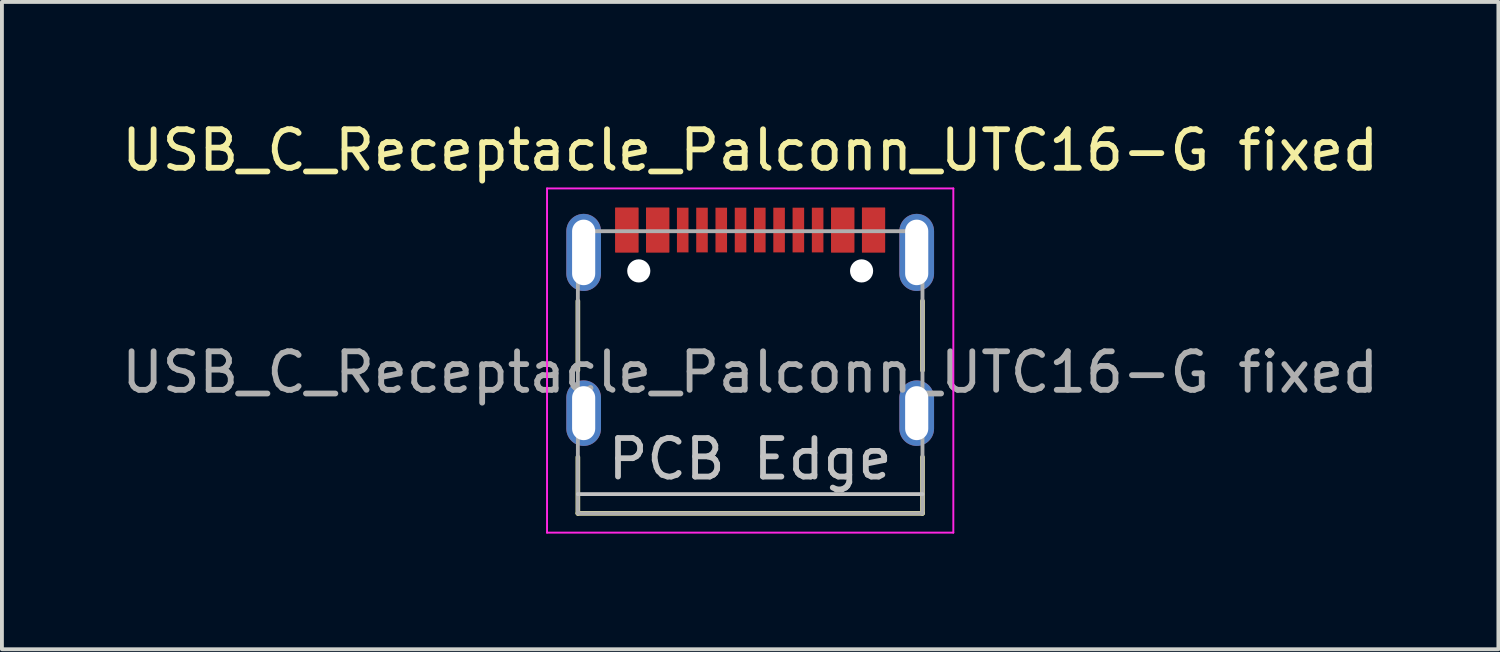
<source format=kicad_pcb>
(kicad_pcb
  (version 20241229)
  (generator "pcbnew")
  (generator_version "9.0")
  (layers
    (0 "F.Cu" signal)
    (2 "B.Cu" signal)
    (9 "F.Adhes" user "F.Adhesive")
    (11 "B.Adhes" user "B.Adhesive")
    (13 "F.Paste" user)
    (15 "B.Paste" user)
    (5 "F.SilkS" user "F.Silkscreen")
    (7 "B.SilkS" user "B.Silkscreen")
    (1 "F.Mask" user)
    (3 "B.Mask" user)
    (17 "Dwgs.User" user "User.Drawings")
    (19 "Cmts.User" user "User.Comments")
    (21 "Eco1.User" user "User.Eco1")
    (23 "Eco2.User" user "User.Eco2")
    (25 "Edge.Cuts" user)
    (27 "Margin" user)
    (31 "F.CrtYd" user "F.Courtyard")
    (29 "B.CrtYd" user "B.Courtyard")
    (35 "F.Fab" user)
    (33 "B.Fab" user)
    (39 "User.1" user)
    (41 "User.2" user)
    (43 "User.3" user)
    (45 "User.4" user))
  (footprint "USB_C_Receptacle_Palconn_UTC16-G fixed"
    (layer "F.Cu")
    (at 16.411 5.428)
    (property "Reference" "USB_C_Receptacle_Palconn_UTC16-G fixed" (at 0 -4.58 0) (layer "F.SilkS") (effects (font (size 1 1) (thickness 0.15))))
    (attr smd)
    (fp_line (start -4.47 -0.67) (end -4.47 1.13) (stroke (width 0.12) (type solid)) (layer "F.SilkS"))
    (fp_line (start -4.47 4.84) (end -4.47 3.38) (stroke (width 0.12) (type solid)) (layer "F.SilkS"))
    (fp_line (start 4.47 -0.67) (end 4.47 1.13) (stroke (width 0.12) (type solid)) (layer "F.SilkS"))
    (fp_line (start 4.47 4.84) (end -4.47 4.84) (stroke (width 0.12) (type solid)) (layer "F.SilkS"))
    (fp_line (start 4.47 4.84) (end 4.47 3.38) (stroke (width 0.12) (type solid)) (layer "F.SilkS"))
    (fp_line (start -4.47 4.34) (end 4.47 4.34) (stroke (width 0.1) (type solid)) (layer "Dwgs.User"))
    (fp_line (start -5.27 -3.59) (end -5.27 5.34) (stroke (width 0.05) (type solid)) (layer "F.CrtYd"))
    (fp_line (start -5.27 5.34) (end 5.27 5.34) (stroke (width 0.05) (type solid)) (layer "F.CrtYd"))
    (fp_line (start 5.27 -3.59) (end -5.27 -3.59) (stroke (width 0.05) (type solid)) (layer "F.CrtYd"))
    (fp_line (start 5.27 5.34) (end 5.27 -3.59) (stroke (width 0.05) (type solid)) (layer "F.CrtYd"))
    (fp_line (start -4.47 -2.48) (end -4.47 4.84) (stroke (width 0.1) (type solid)) (layer "F.Fab"))
    (fp_line (start -4.47 -2.48) (end 4.47 -2.48) (stroke (width 0.1) (type solid)) (layer "F.Fab"))
    (fp_line (start 4.47 -2.48) (end 4.47 4.84) (stroke (width 0.1) (type solid)) (layer "F.Fab"))
    (fp_line (start 4.47 4.84) (end -4.47 4.84) (stroke (width 0.1) (type solid)) (layer "F.Fab"))
    (fp_text user "PCB Edge" (at 0 3.43 0) (layer "Dwgs.User") (effects (font (size 1 1) (thickness 0.15))))
    (fp_text user "${REFERENCE}" (at 0 1.18 0) (layer "F.Fab") (effects (font (size 1 1) (thickness 0.15))))
    (pad "" np_thru_hole circle (at -2.89 -1.45 180) (size 0.6 0.6) (drill 0.6) (layers "*.Cu" "*.Mask"))
    (pad "" np_thru_hole circle (at 2.89 -1.45 180) (size 0.6 0.6) (drill 0.6) (layers "*.Cu" "*.Mask"))
    (pad "A1" smd rect (at -3.2 -2.51) (size 0.6 1.16) (layers "F.Cu" "F.Mask" "F.Paste"))
    (pad "A4" smd rect (at -2.4 -2.51) (size 0.6 1.16) (layers "F.Cu" "F.Mask" "F.Paste"))
    (pad "A5" smd rect (at -1.25 -2.51 180) (size 0.3 1.16) (layers "F.Cu" "F.Mask" "F.Paste"))
    (pad "A6" smd rect (at -0.25 -2.51 180) (size 0.3 1.16) (layers "F.Cu" "F.Mask" "F.Paste"))
    (pad "A7" smd rect (at 0.25 -2.51 180) (size 0.3 1.16) (layers "F.Cu" "F.Mask" "F.Paste"))
    (pad "A8" smd rect (at 1.25 -2.51 180) (size 0.3 1.16) (layers "F.Cu" "F.Mask" "F.Paste"))
    (pad "A9" smd rect (at 2.4 -2.51) (size 0.6 1.16) (layers "F.Cu" "F.Mask" "F.Paste"))
    (pad "A12" smd rect (at 3.2 -2.51) (size 0.6 1.16) (layers "F.Cu" "F.Mask" "F.Paste"))
    (pad "B1" smd rect (at 3.2 -2.51) (size 0.6 1.16) (layers "F.Cu" "F.Mask" "F.Paste"))
    (pad "B4" smd rect (at 2.4 -2.51) (size 0.6 1.16) (layers "F.Cu" "F.Mask" "F.Paste"))
    (pad "B5" smd rect (at 1.75 -2.51 180) (size 0.3 1.16) (layers "F.Cu" "F.Mask" "F.Paste"))
    (pad "B6" smd rect (at 0.75 -2.51 180) (size 0.3 1.16) (layers "F.Cu" "F.Mask" "F.Paste"))
    (pad "B7" smd rect (at -0.75 -2.51 180) (size 0.3 1.16) (layers "F.Cu" "F.Mask" "F.Paste"))
    (pad "B8" smd rect (at -1.75 -2.51 180) (size 0.3 1.16) (layers "F.Cu" "F.Mask" "F.Paste"))
    (pad "B9" smd rect (at -2.4 -2.51) (size 0.6 1.16) (layers "F.Cu" "F.Mask" "F.Paste"))
    (pad "B12" smd rect (at -3.2 -2.51) (size 0.6 1.16) (layers "F.Cu" "F.Mask" "F.Paste"))
    (pad "S1" thru_hole oval (at -4.32 -1.93 90) (size 2 0.9) (drill oval 1.7 0.6) (property pad_prop_heatsink) (layers "*.Cu" "*.Mask"))
    (pad "S1" thru_hole oval (at -4.32 2.24 90) (size 1.7 0.9) (drill oval 1.4 0.6) (property pad_prop_heatsink) (layers "*.Cu" "*.Mask"))
    (pad "S1" thru_hole oval (at 4.32 -1.93 90) (size 2 0.9) (drill oval 1.7 0.6) (property pad_prop_heatsink) (layers "*.Cu" "*.Mask"))
    (pad "S1" thru_hole oval (at 4.32 2.24 90) (size 1.7 0.9) (drill oval 1.4 0.6) (property pad_prop_heatsink) (layers "*.Cu" "*.Mask")))
  (gr_rect
    (start -3 -3)
    (end 35.821 13.793)
    (stroke (width 0.1) (type default))
    (fill no)
    (layer "Edge.Cuts")))
</source>
